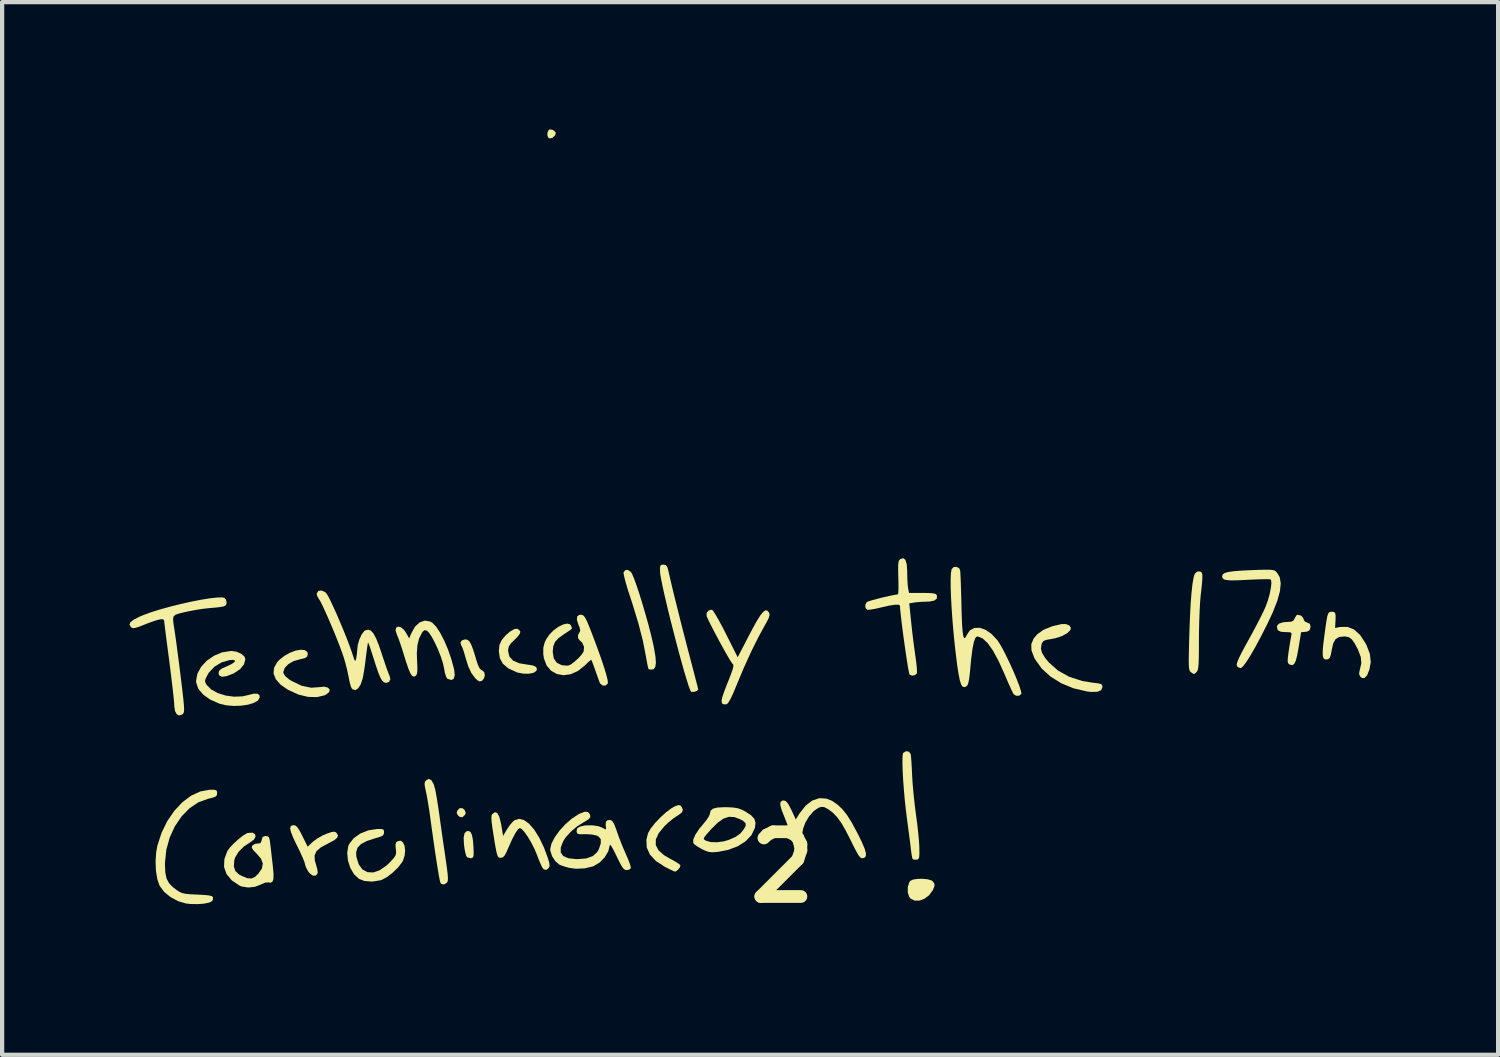
<source format=kicad_pcb>
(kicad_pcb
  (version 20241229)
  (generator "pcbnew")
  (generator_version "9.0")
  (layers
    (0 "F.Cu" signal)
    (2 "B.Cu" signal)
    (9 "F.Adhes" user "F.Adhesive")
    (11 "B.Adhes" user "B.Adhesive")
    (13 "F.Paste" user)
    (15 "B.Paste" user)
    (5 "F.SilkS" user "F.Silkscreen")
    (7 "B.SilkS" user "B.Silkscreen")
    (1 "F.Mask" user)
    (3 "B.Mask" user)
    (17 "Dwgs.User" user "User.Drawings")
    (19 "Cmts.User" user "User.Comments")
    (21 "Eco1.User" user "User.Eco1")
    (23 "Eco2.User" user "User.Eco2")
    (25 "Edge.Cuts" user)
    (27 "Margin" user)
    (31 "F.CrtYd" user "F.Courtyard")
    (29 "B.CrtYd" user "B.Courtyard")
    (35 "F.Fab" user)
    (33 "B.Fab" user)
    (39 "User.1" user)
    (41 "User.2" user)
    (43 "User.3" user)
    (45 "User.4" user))
  (footprint "2"
    (layer "F.Cu")
    (at 15.379 17.377)
    (property "Reference" "2" (at 0 0 0) (layer "F.SilkS") (effects (font (size 1.524 1.524) (thickness 0.3))))
    (attr board_only exclude_from_pos_files exclude_from_bom)
    (fp_poly (pts (xy -7.529 -1.387) (xy -7.484 -1.347) (xy -7.458 -1.28) (xy -7.474 -1.238) (xy -7.534 -1.178) (xy -7.599 -1.185) (xy -7.636 -1.214) (xy -7.673 -1.276) (xy -7.656 -1.336) (xy -7.598 -1.394)) (stroke (width 0) (type solid)) (fill yes) (layer "F.SilkS"))
    (fp_poly (pts (xy -5.427 -17.374) (xy -5.379 -17.349) (xy -5.337 -17.3) (xy -5.352 -17.243) (xy -5.354 -17.24) (xy -5.413 -17.182) (xy -5.48 -17.166) (xy -5.514 -17.183) (xy -5.537 -17.242) (xy -5.531 -17.317) (xy -5.5 -17.372) (xy -5.49 -17.377)) (stroke (width 0) (type solid)) (fill yes) (layer "F.SilkS"))
    (fp_poly (pts (xy -7.348 -0.832) (xy -7.312 -0.761) (xy -7.289 -0.635) (xy -7.277 -0.479) (xy -7.272 -0.348) (xy -7.275 -0.27) (xy -7.29 -0.231) (xy -7.319 -0.215) (xy -7.339 -0.212) (xy -7.416 -0.229) (xy -7.446 -0.263) (xy -7.466 -0.329) (xy -7.487 -0.437) (xy -7.501 -0.541) (xy -7.508 -0.7) (xy -7.487 -0.801) (xy -7.436 -0.849) (xy -7.398 -0.855)) (stroke (width 0) (type solid)) (fill yes) (layer "F.SilkS"))
    (fp_poly (pts (xy 3.419 0.284) (xy 3.51 0.31) (xy 3.536 0.327) (xy 3.579 0.383) (xy 3.583 0.441) (xy 3.549 0.527) (xy 3.539 0.546) (xy 3.453 0.663) (xy 3.342 0.744) (xy 3.223 0.787) (xy 3.109 0.785) (xy 3.016 0.735) (xy 2.989 0.702) (xy 2.953 0.597) (xy 2.953 0.471) (xy 2.987 0.357) (xy 3.009 0.324) (xy 3.071 0.292) (xy 3.176 0.275) (xy 3.3 0.272)) (stroke (width 0) (type solid)) (fill yes) (layer "F.SilkS"))
    (fp_poly (pts (xy -7.418 -5.357) (xy -7.374 -5.321) (xy -7.332 -5.249) (xy -7.286 -5.131) (xy -7.232 -4.959) (xy -7.216 -4.901) (xy -7.17 -4.762) (xy -7.129 -4.68) (xy -7.085 -4.642) (xy -7.077 -4.639) (xy -7.024 -4.598) (xy -7.009 -4.526) (xy -7.028 -4.45) (xy -7.075 -4.392) (xy -7.129 -4.376) (xy -7.177 -4.399) (xy -7.237 -4.453) (xy -7.326 -4.574) (xy -7.4 -4.732) (xy -7.465 -4.941) (xy -7.47 -4.958) (xy -7.504 -5.078) (xy -7.538 -5.174) (xy -7.562 -5.221) (xy -7.584 -5.288) (xy -7.55 -5.343) (xy -7.474 -5.367) (xy -7.47 -5.367)) (stroke (width 0) (type solid)) (fill yes) (layer "F.SilkS"))
    (fp_poly (pts (xy -6.178 -5.561) (xy -6.173 -5.55) (xy -6.187 -5.496) (xy -6.253 -5.412) (xy -6.307 -5.36) (xy -6.397 -5.271) (xy -6.444 -5.2) (xy -6.46 -5.126) (xy -6.461 -5.094) (xy -6.432 -4.964) (xy -6.345 -4.867) (xy -6.199 -4.804) (xy -6.02 -4.775) (xy -5.876 -4.753) (xy -5.798 -4.715) (xy -5.782 -4.659) (xy -5.799 -4.623) (xy -5.861 -4.58) (xy -5.968 -4.558) (xy -6.099 -4.559) (xy -6.232 -4.584) (xy -6.264 -4.595) (xy -6.454 -4.683) (xy -6.583 -4.791) (xy -6.656 -4.926) (xy -6.679 -5.095) (xy -6.679 -5.098) (xy -6.665 -5.234) (xy -6.613 -5.35) (xy -6.516 -5.464) (xy -6.422 -5.546) (xy -6.315 -5.611) (xy -6.233 -5.616)) (stroke (width 0) (type solid)) (fill yes) (layer "F.SilkS"))
    (fp_poly (pts (xy -3.57 -6.955) (xy -3.543 -6.914) (xy -3.496 -6.805) (xy -3.437 -6.641) (xy -3.369 -6.438) (xy -3.298 -6.207) (xy -3.226 -5.962) (xy -3.157 -5.716) (xy -3.096 -5.481) (xy -3.047 -5.271) (xy -3.026 -5.171) (xy -2.99 -4.963) (xy -2.98 -4.814) (xy -2.994 -4.717) (xy -3.034 -4.666) (xy -3.065 -4.656) (xy -3.13 -4.659) (xy -3.155 -4.673) (xy -3.168 -4.718) (xy -3.187 -4.812) (xy -3.209 -4.935) (xy -3.213 -4.957) (xy -3.285 -5.328) (xy -3.392 -5.745) (xy -3.535 -6.213) (xy -3.588 -6.374) (xy -3.646 -6.554) (xy -3.693 -6.714) (xy -3.726 -6.841) (xy -3.741 -6.924) (xy -3.741 -6.947) (xy -3.699 -7) (xy -3.635 -7.001)) (stroke (width 0) (type solid)) (fill yes) (layer "F.SilkS"))
    (fp_poly (pts (xy -8.267 -2.049) (xy -8.214 -1.955) (xy -8.18 -1.842) (xy -8.16 -1.74) (xy -8.134 -1.588) (xy -8.106 -1.406) (xy -8.077 -1.212) (xy -8.071 -1.162) (xy -8.038 -0.927) (xy -8 -0.659) (xy -7.961 -0.393) (xy -7.93 -0.178) (xy -7.901 0.025) (xy -7.884 0.17) (xy -7.878 0.268) (xy -7.884 0.329) (xy -7.898 0.36) (xy -7.965 0.405) (xy -8.029 0.397) (xy -8.053 0.372) (xy -8.067 0.324) (xy -8.088 0.217) (xy -8.115 0.059) (xy -8.147 -0.141) (xy -8.183 -0.375) (xy -8.22 -0.635) (xy -8.259 -0.911) (xy -8.291 -1.145) (xy -8.317 -1.332) (xy -8.347 -1.518) (xy -8.376 -1.681) (xy -8.395 -1.775) (xy -8.421 -1.897) (xy -8.429 -1.971) (xy -8.418 -2.016) (xy -8.393 -2.048) (xy -8.328 -2.081)) (stroke (width 0) (type solid)) (fill yes) (layer "F.SilkS"))
    (fp_poly (pts (xy -11.25 -5.114) (xy -11.191 -5.072) (xy -11.179 -5.024) (xy -11.194 -4.963) (xy -11.248 -4.925) (xy -11.356 -4.9) (xy -11.36 -4.899) (xy -11.511 -4.856) (xy -11.636 -4.785) (xy -11.722 -4.696) (xy -11.755 -4.599) (xy -11.754 -4.575) (xy -11.714 -4.502) (xy -11.611 -4.419) (xy -11.56 -4.387) (xy -11.324 -4.275) (xy -11.1 -4.228) (xy -10.909 -4.242) (xy -10.788 -4.253) (xy -10.704 -4.23) (xy -10.664 -4.185) (xy -10.675 -4.128) (xy -10.744 -4.069) (xy -10.785 -4.049) (xy -10.962 -4.007) (xy -11.169 -4.012) (xy -11.385 -4.063) (xy -11.418 -4.075) (xy -11.648 -4.181) (xy -11.82 -4.3) (xy -11.933 -4.428) (xy -11.986 -4.562) (xy -11.974 -4.698) (xy -11.898 -4.833) (xy -11.854 -4.88) (xy -11.732 -4.978) (xy -11.599 -5.052) (xy -11.466 -5.102) (xy -11.346 -5.123)) (stroke (width 0) (type solid)) (fill yes) (layer "F.SilkS"))
    (fp_poly (pts (xy -2.407 -1.457) (xy -2.374 -1.421) (xy -2.344 -1.354) (xy -2.366 -1.293) (xy -2.447 -1.229) (xy -2.489 -1.204) (xy -2.581 -1.14) (xy -2.692 -1.048) (xy -2.778 -0.966) (xy -2.913 -0.803) (xy -2.981 -0.656) (xy -2.983 -0.521) (xy -2.917 -0.397) (xy -2.784 -0.281) (xy -2.652 -0.204) (xy -2.538 -0.142) (xy -2.45 -0.087) (xy -2.405 -0.05) (xy -2.402 -0.045) (xy -2.415 0.004) (xy -2.461 0.062) (xy -2.514 0.1) (xy -2.529 0.103) (xy -2.572 0.088) (xy -2.657 0.048) (xy -2.766 -0.008) (xy -2.773 -0.012) (xy -2.98 -0.147) (xy -3.121 -0.299) (xy -3.196 -0.466) (xy -3.204 -0.649) (xy -3.165 -0.801) (xy -3.105 -0.908) (xy -3.004 -1.036) (xy -2.878 -1.169) (xy -2.743 -1.292) (xy -2.616 -1.388) (xy -2.532 -1.435) (xy -2.453 -1.463)) (stroke (width 0) (type solid)) (fill yes) (layer "F.SilkS"))
    (fp_poly (pts (xy 9.857 -6.958) (xy 9.879 -6.937) (xy 9.891 -6.892) (xy 9.892 -6.814) (xy 9.884 -6.694) (xy 9.866 -6.521) (xy 9.852 -6.4) (xy 9.839 -6.251) (xy 9.828 -6.053) (xy 9.819 -5.822) (xy 9.813 -5.578) (xy 9.811 -5.351) (xy 9.811 -5.109) (xy 9.808 -4.927) (xy 9.803 -4.795) (xy 9.795 -4.704) (xy 9.783 -4.646) (xy 9.766 -4.611) (xy 9.758 -4.6) (xy 9.712 -4.557) (xy 9.679 -4.555) (xy 9.625 -4.592) (xy 9.624 -4.593) (xy 9.604 -4.611) (xy 9.59 -4.638) (xy 9.579 -4.683) (xy 9.573 -4.753) (xy 9.571 -4.858) (xy 9.573 -5.005) (xy 9.577 -5.205) (xy 9.584 -5.463) (xy 9.598 -5.853) (xy 9.615 -6.188) (xy 9.636 -6.465) (xy 9.66 -6.681) (xy 9.688 -6.834) (xy 9.715 -6.916) (xy 9.775 -6.964) (xy 9.822 -6.967)) (stroke (width 0) (type solid)) (fill yes) (layer "F.SilkS"))
    (fp_poly (pts (xy -2.745 -7.117) (xy -2.711 -7.072) (xy -2.688 -6.991) (xy -2.651 -6.828) (xy -2.6 -6.61) (xy -2.537 -6.351) (xy -2.465 -6.063) (xy -2.389 -5.757) (xy -2.309 -5.446) (xy -2.23 -5.142) (xy -2.188 -4.982) (xy -2.13 -4.762) (xy -2.079 -4.565) (xy -2.036 -4.4) (xy -2.004 -4.276) (xy -1.986 -4.204) (xy -1.983 -4.188) (xy -2.011 -4.155) (xy -2.074 -4.132) (xy -2.136 -4.129) (xy -2.151 -4.135) (xy -2.174 -4.177) (xy -2.211 -4.276) (xy -2.258 -4.426) (xy -2.315 -4.616) (xy -2.377 -4.838) (xy -2.445 -5.085) (xy -2.514 -5.347) (xy -2.583 -5.615) (xy -2.651 -5.882) (xy -2.713 -6.138) (xy -2.769 -6.376) (xy -2.816 -6.586) (xy -2.852 -6.761) (xy -2.875 -6.89) (xy -2.882 -6.955) (xy -2.883 -7.057) (xy -2.872 -7.108) (xy -2.84 -7.126) (xy -2.803 -7.128)) (stroke (width 0) (type solid)) (fill yes) (layer "F.SilkS"))
    (fp_poly (pts (xy 6.756 -5.696) (xy 6.795 -5.643) (xy 6.783 -5.585) (xy 6.708 -5.512) (xy 6.584 -5.445) (xy 6.432 -5.394) (xy 6.316 -5.372) (xy 6.207 -5.354) (xy 6.146 -5.326) (xy 6.113 -5.278) (xy 6.107 -5.261) (xy 6.089 -5.156) (xy 6.115 -5.05) (xy 6.189 -4.929) (xy 6.278 -4.822) (xy 6.494 -4.631) (xy 6.758 -4.485) (xy 7.062 -4.387) (xy 7.308 -4.347) (xy 7.43 -4.333) (xy 7.499 -4.317) (xy 7.53 -4.292) (xy 7.538 -4.251) (xy 7.538 -4.24) (xy 7.508 -4.17) (xy 7.419 -4.133) (xy 7.271 -4.129) (xy 7.171 -4.141) (xy 6.858 -4.214) (xy 6.57 -4.332) (xy 6.316 -4.49) (xy 6.107 -4.681) (xy 5.951 -4.899) (xy 5.929 -4.941) (xy 5.866 -5.11) (xy 5.862 -5.254) (xy 5.917 -5.385) (xy 6.001 -5.486) (xy 6.149 -5.592) (xy 6.357 -5.676) (xy 6.575 -5.727) (xy 6.678 -5.728)) (stroke (width 0) (type solid)) (fill yes) (layer "F.SilkS"))
    (fp_poly (pts (xy 2.979 -2.722) (xy 3.021 -2.664) (xy 3.023 -2.658) (xy 3.03 -2.595) (xy 3.039 -2.48) (xy 3.048 -2.329) (xy 3.056 -2.158) (xy 3.056 -2.154) (xy 3.069 -1.949) (xy 3.091 -1.707) (xy 3.118 -1.458) (xy 3.147 -1.232) (xy 3.147 -1.231) (xy 3.175 -1.026) (xy 3.198 -0.818) (xy 3.216 -0.629) (xy 3.225 -0.481) (xy 3.225 -0.462) (xy 3.227 -0.325) (xy 3.222 -0.243) (xy 3.207 -0.2) (xy 3.18 -0.182) (xy 3.157 -0.178) (xy 3.091 -0.18) (xy 3.066 -0.195) (xy 3.054 -0.241) (xy 3.038 -0.334) (xy 3.026 -0.427) (xy 3.013 -0.538) (xy 2.993 -0.697) (xy 2.968 -0.885) (xy 2.942 -1.082) (xy 2.936 -1.128) (xy 2.906 -1.365) (xy 2.88 -1.61) (xy 2.859 -1.853) (xy 2.842 -2.084) (xy 2.832 -2.292) (xy 2.827 -2.467) (xy 2.829 -2.599) (xy 2.838 -2.677) (xy 2.845 -2.692) (xy 2.911 -2.733)) (stroke (width 0) (type solid)) (fill yes) (layer "F.SilkS"))
    (fp_poly (pts (xy -11.462 -0.978) (xy -11.415 -0.929) (xy -11.357 -0.835) (xy -11.308 -0.738) (xy -11.182 -0.484) (xy -11.061 -0.599) (xy -10.958 -0.676) (xy -10.826 -0.751) (xy -10.746 -0.785) (xy -10.635 -0.824) (xy -10.568 -0.838) (xy -10.526 -0.827) (xy -10.502 -0.808) (xy -10.468 -0.752) (xy -10.485 -0.697) (xy -10.557 -0.636) (xy -10.691 -0.565) (xy -10.712 -0.554) (xy -10.875 -0.466) (xy -10.976 -0.376) (xy -11.02 -0.275) (xy -11.013 -0.153) (xy -10.988 -0.07) (xy -10.958 0.036) (xy -10.946 0.121) (xy -10.95 0.15) (xy -10.996 0.2) (xy -11.063 0.196) (xy -11.136 0.142) (xy -11.176 0.09) (xy -11.222 0.001) (xy -11.246 -0.071) (xy -11.247 -0.082) (xy -11.262 -0.133) (xy -11.302 -0.231) (xy -11.361 -0.361) (xy -11.434 -0.51) (xy -11.435 -0.512) (xy -11.523 -0.695) (xy -11.576 -0.828) (xy -11.595 -0.917) (xy -11.581 -0.968) (xy -11.535 -0.99) (xy -11.507 -0.991)) (stroke (width 0) (type solid)) (fill yes) (layer "F.SilkS"))
    (fp_poly (pts (xy 12.219 -5.926) (xy 12.268 -5.871) (xy 12.273 -5.846) (xy 12.304 -5.789) (xy 12.36 -5.763) (xy 12.424 -5.733) (xy 12.439 -5.672) (xy 12.437 -5.648) (xy 12.416 -5.579) (xy 12.358 -5.55) (xy 12.322 -5.545) (xy 12.217 -5.535) (xy 12.162 -5.193) (xy 12.127 -4.999) (xy 12.093 -4.866) (xy 12.055 -4.788) (xy 12.01 -4.759) (xy 11.954 -4.772) (xy 11.933 -4.784) (xy 11.91 -4.809) (xy 11.901 -4.855) (xy 11.905 -4.936) (xy 11.922 -5.067) (xy 11.927 -5.1) (xy 11.949 -5.241) (xy 11.97 -5.365) (xy 11.985 -5.448) (xy 11.988 -5.461) (xy 11.993 -5.508) (xy 11.969 -5.531) (xy 11.899 -5.538) (xy 11.85 -5.538) (xy 11.742 -5.546) (xy 11.68 -5.575) (xy 11.659 -5.604) (xy 11.647 -5.68) (xy 11.694 -5.737) (xy 11.795 -5.771) (xy 11.883 -5.777) (xy 11.982 -5.783) (xy 12.035 -5.807) (xy 12.066 -5.86) (xy 12.068 -5.863) (xy 12.102 -5.926) (xy 12.132 -5.948)) (stroke (width 0) (type solid)) (fill yes) (layer "F.SilkS"))
    (fp_poly (pts (xy -9.401 -0.888) (xy -9.385 -0.854) (xy -9.384 -0.821) (xy -9.392 -0.772) (xy -9.425 -0.738) (xy -9.499 -0.708) (xy -9.589 -0.683) (xy -9.789 -0.618) (xy -9.927 -0.545) (xy -10.009 -0.458) (xy -10.041 -0.35) (xy -10.035 -0.246) (xy -9.981 -0.069) (xy -9.892 0.052) (xy -9.775 0.116) (xy -9.637 0.123) (xy -9.484 0.07) (xy -9.321 -0.043) (xy -9.252 -0.11) (xy -9.164 -0.203) (xy -9.117 -0.269) (xy -9.099 -0.327) (xy -9.102 -0.399) (xy -9.106 -0.431) (xy -9.114 -0.529) (xy -9.099 -0.584) (xy -9.061 -0.614) (xy -8.99 -0.625) (xy -8.935 -0.583) (xy -8.9 -0.501) (xy -8.886 -0.393) (xy -8.898 -0.273) (xy -8.937 -0.156) (xy -8.959 -0.116) (xy -9.052 0.004) (xy -9.175 0.124) (xy -9.308 0.227) (xy -9.431 0.295) (xy -9.465 0.307) (xy -9.666 0.339) (xy -9.848 0.323) (xy -9.976 0.273) (xy -10.089 0.167) (xy -10.177 0.017) (xy -10.233 -0.157) (xy -10.251 -0.335) (xy -10.226 -0.496) (xy -10.204 -0.547) (xy -10.098 -0.683) (xy -9.942 -0.794) (xy -9.753 -0.869) (xy -9.55 -0.9) (xy -9.45 -0.901)) (stroke (width 0) (type solid)) (fill yes) (layer "F.SilkS"))
    (fp_poly (pts (xy -6.717 -1.278) (xy -6.669 -1.191) (xy -6.63 -1.036) (xy -6.621 -0.99) (xy -6.579 -0.737) (xy -6.487 -0.894) (xy -6.417 -0.996) (xy -6.342 -1.08) (xy -6.309 -1.107) (xy -6.202 -1.14) (xy -6.086 -1.111) (xy -5.966 -1.024) (xy -5.844 -0.883) (xy -5.726 -0.693) (xy -5.614 -0.459) (xy -5.523 -0.212) (xy -5.49 -0.099) (xy -5.484 -0.028) (xy -5.504 0.017) (xy -5.505 0.018) (xy -5.557 0.063) (xy -5.61 0.053) (xy -5.63 0.042) (xy -5.659 -0.000305) (xy -5.702 -0.091) (xy -5.753 -0.215) (xy -5.779 -0.285) (xy -5.84 -0.431) (xy -5.915 -0.579) (xy -5.996 -0.715) (xy -6.074 -0.827) (xy -6.141 -0.9) (xy -6.184 -0.923) (xy -6.23 -0.891) (xy -6.292 -0.799) (xy -6.368 -0.653) (xy -6.446 -0.479) (xy -6.503 -0.349) (xy -6.547 -0.271) (xy -6.587 -0.233) (xy -6.632 -0.222) (xy -6.636 -0.222) (xy -6.668 -0.225) (xy -6.693 -0.241) (xy -6.714 -0.28) (xy -6.734 -0.353) (xy -6.757 -0.469) (xy -6.786 -0.639) (xy -6.797 -0.711) (xy -6.829 -0.913) (xy -6.848 -1.059) (xy -6.855 -1.157) (xy -6.85 -1.218) (xy -6.836 -1.249) (xy -6.772 -1.297)) (stroke (width 0) (type solid)) (fill yes) (layer "F.SilkS"))
    (fp_poly (pts (xy 12.993 -6.012) (xy 13.02 -5.987) (xy 13.03 -5.927) (xy 13.028 -5.818) (xy 13.026 -5.784) (xy 13.018 -5.636) (xy 13.139 -5.659) (xy 13.31 -5.661) (xy 13.465 -5.599) (xy 13.606 -5.472) (xy 13.733 -5.279) (xy 13.757 -5.234) (xy 13.837 -5.026) (xy 13.858 -4.833) (xy 13.828 -4.66) (xy 13.775 -4.526) (xy 13.716 -4.458) (xy 13.653 -4.456) (xy 13.607 -4.495) (xy 13.582 -4.553) (xy 13.597 -4.637) (xy 13.602 -4.654) (xy 13.636 -4.805) (xy 13.623 -4.952) (xy 13.561 -5.117) (xy 13.551 -5.138) (xy 13.475 -5.279) (xy 13.411 -5.368) (xy 13.346 -5.416) (xy 13.27 -5.434) (xy 13.231 -5.436) (xy 13.111 -5.422) (xy 13.029 -5.372) (xy 12.975 -5.277) (xy 12.94 -5.125) (xy 12.94 -5.122) (xy 12.917 -5.002) (xy 12.893 -4.934) (xy 12.86 -4.903) (xy 12.828 -4.895) (xy 12.778 -4.896) (xy 12.745 -4.922) (xy 12.728 -4.982) (xy 12.726 -5.083) (xy 12.738 -5.235) (xy 12.764 -5.446) (xy 12.765 -5.45) (xy 12.793 -5.658) (xy 12.815 -5.807) (xy 12.834 -5.908) (xy 12.853 -5.97) (xy 12.875 -6.002) (xy 12.902 -6.015) (xy 12.939 -6.017) (xy 12.942 -6.017)) (stroke (width 0) (type solid)) (fill yes) (layer "F.SilkS"))
    (fp_poly (pts (xy -13.386 -1.825) (xy -13.335 -1.813) (xy -13.317 -1.78) (xy -13.315 -1.744) (xy -13.322 -1.695) (xy -13.353 -1.663) (xy -13.424 -1.637) (xy -13.522 -1.614) (xy -13.753 -1.531) (xy -13.965 -1.389) (xy -14.152 -1.197) (xy -14.31 -0.965) (xy -14.431 -0.701) (xy -14.511 -0.413) (xy -14.543 -0.11) (xy -14.544 -0.068) (xy -14.535 0.122) (xy -14.507 0.263) (xy -14.45 0.373) (xy -14.356 0.47) (xy -14.279 0.529) (xy -14.209 0.576) (xy -14.143 0.607) (xy -14.064 0.625) (xy -13.954 0.636) (xy -13.793 0.644) (xy -13.783 0.644) (xy -13.613 0.653) (xy -13.501 0.665) (xy -13.437 0.683) (xy -13.411 0.707) (xy -13.416 0.77) (xy -13.439 0.802) (xy -13.509 0.835) (xy -13.628 0.858) (xy -13.776 0.869) (xy -13.934 0.866) (xy -14.044 0.855) (xy -14.23 0.801) (xy -14.41 0.705) (xy -14.563 0.58) (xy -14.668 0.439) (xy -14.67 0.437) (xy -14.724 0.281) (xy -14.756 0.083) (xy -14.765 -0.137) (xy -14.75 -0.357) (xy -14.721 -0.513) (xy -14.623 -0.813) (xy -14.488 -1.088) (xy -14.323 -1.329) (xy -14.134 -1.531) (xy -13.928 -1.685) (xy -13.712 -1.785) (xy -13.492 -1.825) (xy -13.489 -1.825)) (stroke (width 0) (type solid)) (fill yes) (layer "F.SilkS"))
    (fp_poly (pts (xy -8.303 -5.79) (xy -8.247 -5.759) (xy -8.158 -5.669) (xy -8.063 -5.525) (xy -7.966 -5.339) (xy -7.875 -5.125) (xy -7.796 -4.895) (xy -7.733 -4.662) (xy -7.731 -4.65) (xy -7.718 -4.521) (xy -7.742 -4.439) (xy -7.8 -4.409) (xy -7.886 -4.437) (xy -7.894 -4.441) (xy -7.923 -4.49) (xy -7.952 -4.586) (xy -7.97 -4.689) (xy -7.998 -4.813) (xy -8.047 -4.964) (xy -8.111 -5.126) (xy -8.183 -5.283) (xy -8.256 -5.421) (xy -8.323 -5.522) (xy -8.373 -5.571) (xy -8.43 -5.584) (xy -8.477 -5.543) (xy -8.486 -5.529) (xy -8.557 -5.39) (xy -8.597 -5.23) (xy -8.611 -5.032) (xy -8.605 -4.867) (xy -8.598 -4.709) (xy -8.6 -4.606) (xy -8.612 -4.544) (xy -8.636 -4.509) (xy -8.636 -4.509) (xy -8.679 -4.488) (xy -8.719 -4.505) (xy -8.761 -4.564) (xy -8.808 -4.674) (xy -8.865 -4.84) (xy -8.905 -4.97) (xy -8.957 -5.136) (xy -9.007 -5.287) (xy -9.049 -5.404) (xy -9.078 -5.472) (xy -9.112 -5.575) (xy -9.099 -5.641) (xy -9.053 -5.668) (xy -8.987 -5.653) (xy -8.913 -5.591) (xy -8.866 -5.524) (xy -8.791 -5.39) (xy -8.739 -5.515) (xy -8.652 -5.668) (xy -8.544 -5.767) (xy -8.425 -5.809)) (stroke (width 0) (type solid)) (fill yes) (layer "F.SilkS"))
    (fp_poly (pts (xy -1.655 -6.062) (xy -1.623 -6.026) (xy -1.568 -5.939) (xy -1.495 -5.811) (xy -1.409 -5.652) (xy -1.328 -5.493) (xy -1.053 -4.945) (xy -0.825 -5.387) (xy -0.699 -5.627) (xy -0.597 -5.81) (xy -0.515 -5.938) (xy -0.45 -6.017) (xy -0.398 -6.051) (xy -0.355 -6.045) (xy -0.318 -6.001) (xy -0.311 -5.989) (xy -0.302 -5.942) (xy -0.322 -5.871) (xy -0.376 -5.764) (xy -0.418 -5.69) (xy -0.568 -5.415) (xy -0.731 -5.087) (xy -0.899 -4.719) (xy -1.066 -4.323) (xy -1.072 -4.307) (xy -1.154 -4.111) (xy -1.218 -3.972) (xy -1.268 -3.885) (xy -1.307 -3.843) (xy -1.323 -3.836) (xy -1.389 -3.839) (xy -1.412 -3.85) (xy -1.43 -3.883) (xy -1.431 -3.935) (xy -1.413 -4.016) (xy -1.372 -4.136) (xy -1.307 -4.306) (xy -1.279 -4.375) (xy -1.214 -4.541) (xy -1.173 -4.656) (xy -1.155 -4.729) (xy -1.156 -4.771) (xy -1.174 -4.792) (xy -1.174 -4.792) (xy -1.202 -4.828) (xy -1.255 -4.913) (xy -1.326 -5.036) (xy -1.409 -5.184) (xy -1.497 -5.345) (xy -1.584 -5.509) (xy -1.664 -5.662) (xy -1.73 -5.793) (xy -1.775 -5.891) (xy -1.787 -5.922) (xy -1.784 -5.991) (xy -1.738 -6.047) (xy -1.673 -6.066)) (stroke (width 0) (type solid)) (fill yes) (layer "F.SilkS"))
    (fp_poly (pts (xy 11.486 -7.007) (xy 11.553 -7) (xy 11.596 -6.986) (xy 11.626 -6.964) (xy 11.648 -6.942) (xy 11.714 -6.832) (xy 11.738 -6.686) (xy 11.719 -6.501) (xy 11.657 -6.275) (xy 11.55 -6.003) (xy 11.42 -5.726) (xy 11.277 -5.444) (xy 11.146 -5.199) (xy 11.03 -4.997) (xy 10.932 -4.842) (xy 10.855 -4.738) (xy 10.802 -4.692) (xy 10.796 -4.69) (xy 10.735 -4.708) (xy 10.706 -4.741) (xy 10.7 -4.776) (xy 10.715 -4.835) (xy 10.752 -4.924) (xy 10.815 -5.051) (xy 10.908 -5.225) (xy 10.977 -5.35) (xy 11.084 -5.545) (xy 11.187 -5.74) (xy 11.278 -5.918) (xy 11.348 -6.063) (xy 11.383 -6.141) (xy 11.436 -6.287) (xy 11.478 -6.438) (xy 11.506 -6.578) (xy 11.518 -6.692) (xy 11.509 -6.764) (xy 11.498 -6.779) (xy 11.454 -6.784) (xy 11.355 -6.784) (xy 11.214 -6.781) (xy 11.042 -6.774) (xy 10.955 -6.77) (xy 10.738 -6.759) (xy 10.579 -6.756) (xy 10.471 -6.763) (xy 10.404 -6.779) (xy 10.369 -6.808) (xy 10.358 -6.849) (xy 10.358 -6.857) (xy 10.372 -6.898) (xy 10.417 -6.93) (xy 10.503 -6.954) (xy 10.635 -6.973) (xy 10.821 -6.987) (xy 11.035 -6.997) (xy 11.239 -7.005) (xy 11.386 -7.008)) (stroke (width 0) (type solid)) (fill yes) (layer "F.SilkS"))
    (fp_poly (pts (xy -1.319 -1.414) (xy -1.164 -1.407) (xy -1.052 -1.39) (xy -0.957 -1.356) (xy -0.879 -1.316) (xy -0.74 -1.226) (xy -0.661 -1.141) (xy -0.633 -1.046) (xy -0.648 -0.93) (xy -0.649 -0.924) (xy -0.728 -0.758) (xy -0.865 -0.613) (xy -1.051 -0.494) (xy -1.278 -0.408) (xy -1.521 -0.361) (xy -1.649 -0.352) (xy -1.744 -0.363) (xy -1.842 -0.4) (xy -1.904 -0.431) (xy -2.004 -0.489) (xy -2.076 -0.542) (xy -2.1 -0.571) (xy -2.099 -0.654) (xy -2.093 -0.668) (xy -1.852 -0.668) (xy -1.834 -0.644) (xy -1.804 -0.626) (xy -1.69 -0.593) (xy -1.54 -0.588) (xy -1.375 -0.611) (xy -1.264 -0.644) (xy -1.104 -0.714) (xy -0.991 -0.795) (xy -0.913 -0.888) (xy -0.865 -0.975) (xy -0.869 -1.039) (xy -0.931 -1.095) (xy -0.99 -1.127) (xy -1.13 -1.181) (xy -1.258 -1.188) (xy -1.386 -1.146) (xy -1.523 -1.05) (xy -1.678 -0.897) (xy -1.709 -0.862) (xy -1.795 -0.764) (xy -1.841 -0.704) (xy -1.852 -0.668) (xy -2.093 -0.668) (xy -2.049 -0.769) (xy -1.957 -0.907) (xy -1.868 -1.014) (xy -1.788 -1.112) (xy -1.731 -1.2) (xy -1.709 -1.257) (xy -1.692 -1.331) (xy -1.636 -1.379) (xy -1.532 -1.406) (xy -1.371 -1.414)) (stroke (width 0) (type solid)) (fill yes) (layer "F.SilkS"))
    (fp_poly (pts (xy -12.854 -5.075) (xy -12.747 -5.028) (xy -12.672 -4.963) (xy -12.649 -4.901) (xy -12.681 -4.78) (xy -12.773 -4.666) (xy -12.916 -4.571) (xy -12.942 -4.558) (xy -13.098 -4.499) (xy -13.207 -4.487) (xy -13.268 -4.521) (xy -13.281 -4.575) (xy -13.268 -4.626) (xy -13.221 -4.67) (xy -13.124 -4.717) (xy -13.096 -4.728) (xy -12.975 -4.785) (xy -12.906 -4.833) (xy -12.892 -4.868) (xy -12.936 -4.884) (xy -13.02 -4.88) (xy -13.213 -4.824) (xy -13.383 -4.72) (xy -13.513 -4.578) (xy -13.538 -4.535) (xy -13.585 -4.443) (xy -13.6 -4.385) (xy -13.586 -4.337) (xy -13.558 -4.291) (xy -13.453 -4.186) (xy -13.299 -4.102) (xy -13.113 -4.044) (xy -12.914 -4.017) (xy -12.718 -4.025) (xy -12.601 -4.052) (xy -12.453 -4.088) (xy -12.359 -4.086) (xy -12.315 -4.046) (xy -12.313 -3.992) (xy -12.355 -3.925) (xy -12.451 -3.87) (xy -12.587 -3.829) (xy -12.749 -3.805) (xy -12.923 -3.799) (xy -13.097 -3.814) (xy -13.255 -3.851) (xy -13.264 -3.854) (xy -13.48 -3.95) (xy -13.646 -4.069) (xy -13.758 -4.204) (xy -13.808 -4.35) (xy -13.811 -4.391) (xy -13.779 -4.561) (xy -13.69 -4.723) (xy -13.555 -4.867) (xy -13.386 -4.983) (xy -13.195 -5.062) (xy -12.992 -5.093) (xy -12.974 -5.094)) (stroke (width 0) (type solid)) (fill yes) (layer "F.SilkS"))
    (fp_poly (pts (xy -12.424 -0.782) (xy -12.409 -0.723) (xy -12.447 -0.652) (xy -12.538 -0.585) (xy -12.688 -0.485) (xy -12.811 -0.361) (xy -12.89 -0.23) (xy -12.911 -0.161) (xy -12.92 -0.014) (xy -12.885 0.09) (xy -12.801 0.169) (xy -12.741 0.202) (xy -12.607 0.257) (xy -12.507 0.266) (xy -12.423 0.228) (xy -12.345 0.153) (xy -12.259 0.028) (xy -12.238 -0.086) (xy -12.281 -0.201) (xy -12.381 -0.317) (xy -12.462 -0.4) (xy -12.497 -0.456) (xy -12.493 -0.499) (xy -12.487 -0.508) (xy -12.427 -0.549) (xy -12.364 -0.558) (xy -12.297 -0.566) (xy -12.27 -0.618) (xy -12.266 -0.643) (xy -12.244 -0.713) (xy -12.186 -0.735) (xy -12.17 -0.735) (xy -12.122 -0.729) (xy -12.093 -0.702) (xy -12.075 -0.636) (xy -12.061 -0.53) (xy -12.045 -0.396) (xy -12.026 -0.226) (xy -12.006 -0.054) (xy -12.002 -0.02) (xy -11.986 0.158) (xy -11.989 0.278) (xy -12.013 0.344) (xy -12.06 0.366) (xy -12.107 0.357) (xy -12.18 0.361) (xy -12.274 0.401) (xy -12.286 0.408) (xy -12.423 0.461) (xy -12.582 0.478) (xy -12.732 0.455) (xy -12.785 0.434) (xy -12.971 0.308) (xy -13.094 0.16) (xy -13.152 -0.007) (xy -13.144 -0.19) (xy -13.075 -0.379) (xy -13.017 -0.46) (xy -12.925 -0.558) (xy -12.816 -0.657) (xy -12.709 -0.742) (xy -12.62 -0.797) (xy -12.593 -0.807) (xy -12.486 -0.815)) (stroke (width 0) (type solid)) (fill yes) (layer "F.SilkS"))
    (fp_poly (pts (xy 1.038 -1.617) (xy 1.172 -1.562) (xy 1.298 -1.475) (xy 1.412 -1.368) (xy 1.522 -1.229) (xy 1.636 -1.048) (xy 1.762 -0.813) (xy 1.774 -0.791) (xy 1.873 -0.589) (xy 1.937 -0.437) (xy 1.967 -0.33) (xy 1.965 -0.261) (xy 1.931 -0.223) (xy 1.892 -0.212) (xy 1.859 -0.215) (xy 1.824 -0.241) (xy 1.782 -0.299) (xy 1.727 -0.397) (xy 1.652 -0.545) (xy 1.612 -0.628) (xy 1.492 -0.863) (xy 1.387 -1.044) (xy 1.288 -1.181) (xy 1.188 -1.285) (xy 1.081 -1.365) (xy 1.073 -1.37) (xy 0.988 -1.415) (xy 0.923 -1.423) (xy 0.853 -1.401) (xy 0.738 -1.324) (xy 0.629 -1.199) (xy 0.539 -1.047) (xy 0.49 -0.913) (xy 0.467 -0.8) (xy 0.465 -0.702) (xy 0.486 -0.585) (xy 0.498 -0.537) (xy 0.529 -0.394) (xy 0.532 -0.303) (xy 0.503 -0.255) (xy 0.44 -0.239) (xy 0.431 -0.239) (xy 0.39 -0.244) (xy 0.357 -0.264) (xy 0.329 -0.311) (xy 0.299 -0.396) (xy 0.262 -0.527) (xy 0.225 -0.678) (xy 0.185 -0.814) (xy 0.127 -0.98) (xy 0.062 -1.146) (xy 0.048 -1.181) (xy -0.018 -1.348) (xy -0.049 -1.463) (xy -0.046 -1.533) (xy -0.007 -1.567) (xy 0.035 -1.573) (xy 0.082 -1.556) (xy 0.132 -1.499) (xy 0.191 -1.391) (xy 0.211 -1.349) (xy 0.315 -1.126) (xy 0.41 -1.277) (xy 0.551 -1.455) (xy 0.706 -1.572) (xy 0.87 -1.627)) (stroke (width 0) (type solid)) (fill yes) (layer "F.SilkS"))
    (fp_poly (pts (xy -13.145 -6.346) (xy -13.105 -6.301) (xy -13.093 -6.241) (xy -13.097 -6.196) (xy -13.118 -6.165) (xy -13.165 -6.143) (xy -13.251 -6.127) (xy -13.387 -6.113) (xy -13.503 -6.103) (xy -13.665 -6.085) (xy -13.854 -6.054) (xy -14.035 -6.018) (xy -14.059 -6.013) (xy -14.205 -5.978) (xy -14.296 -5.947) (xy -14.342 -5.904) (xy -14.353 -5.835) (xy -14.34 -5.723) (xy -14.325 -5.626) (xy -14.304 -5.485) (xy -14.277 -5.296) (xy -14.248 -5.073) (xy -14.216 -4.831) (xy -14.185 -4.586) (xy -14.156 -4.351) (xy -14.131 -4.142) (xy -14.112 -3.974) (xy -14.102 -3.874) (xy -14.093 -3.744) (xy -14.095 -3.666) (xy -14.11 -3.622) (xy -14.142 -3.595) (xy -14.149 -3.592) (xy -14.217 -3.575) (xy -14.27 -3.609) (xy -14.308 -3.684) (xy -14.324 -3.797) (xy -14.324 -3.808) (xy -14.328 -3.881) (xy -14.341 -4.011) (xy -14.36 -4.187) (xy -14.385 -4.398) (xy -14.414 -4.635) (xy -14.443 -4.864) (xy -14.475 -5.107) (xy -14.504 -5.328) (xy -14.528 -5.518) (xy -14.547 -5.668) (xy -14.559 -5.768) (xy -14.563 -5.81) (xy -14.587 -5.841) (xy -14.659 -5.839) (xy -14.785 -5.805) (xy -14.966 -5.739) (xy -14.998 -5.726) (xy -15.139 -5.67) (xy -15.232 -5.64) (xy -15.29 -5.631) (xy -15.327 -5.641) (xy -15.347 -5.658) (xy -15.379 -5.714) (xy -15.358 -5.771) (xy -15.28 -5.832) (xy -15.141 -5.902) (xy -15.051 -5.94) (xy -14.868 -6.007) (xy -14.653 -6.074) (xy -14.418 -6.139) (xy -14.174 -6.2) (xy -13.932 -6.254) (xy -13.703 -6.299) (xy -13.497 -6.333) (xy -13.326 -6.352) (xy -13.202 -6.356)) (stroke (width 0) (type solid)) (fill yes) (layer "F.SilkS"))
    (fp_poly (pts (xy 2.897 -7.241) (xy 2.928 -7.139) (xy 2.94 -6.973) (xy 2.94 -6.94) (xy 2.943 -6.796) (xy 2.95 -6.665) (xy 2.96 -6.573) (xy 2.961 -6.568) (xy 2.983 -6.461) (xy 3.3 -6.461) (xy 3.454 -6.459) (xy 3.552 -6.452) (xy 3.608 -6.437) (xy 3.635 -6.412) (xy 3.638 -6.405) (xy 3.639 -6.331) (xy 3.579 -6.281) (xy 3.459 -6.257) (xy 3.406 -6.256) (xy 3.275 -6.251) (xy 3.15 -6.241) (xy 3.109 -6.235) (xy 2.988 -6.215) (xy 3.032 -5.783) (xy 3.055 -5.57) (xy 3.083 -5.338) (xy 3.112 -5.118) (xy 3.131 -4.983) (xy 3.152 -4.828) (xy 3.166 -4.696) (xy 3.171 -4.601) (xy 3.167 -4.565) (xy 3.122 -4.524) (xy 3.054 -4.513) (xy 2.998 -4.536) (xy 2.994 -4.542) (xy 2.981 -4.589) (xy 2.961 -4.692) (xy 2.937 -4.839) (xy 2.91 -5.019) (xy 2.881 -5.218) (xy 2.852 -5.426) (xy 2.825 -5.63) (xy 2.802 -5.818) (xy 2.784 -5.979) (xy 2.772 -6.101) (xy 2.769 -6.162) (xy 2.738 -6.184) (xy 2.647 -6.183) (xy 2.502 -6.16) (xy 2.317 -6.117) (xy 2.184 -6.087) (xy 2.074 -6.068) (xy 2.005 -6.063) (xy 1.995 -6.065) (xy 1.956 -6.111) (xy 1.953 -6.182) (xy 1.987 -6.245) (xy 1.991 -6.248) (xy 2.036 -6.266) (xy 2.13 -6.294) (xy 2.255 -6.327) (xy 2.394 -6.362) (xy 2.528 -6.392) (xy 2.641 -6.415) (xy 2.713 -6.427) (xy 2.721 -6.427) (xy 2.729 -6.459) (xy 2.733 -6.546) (xy 2.734 -6.674) (xy 2.73 -6.824) (xy 2.726 -6.999) (xy 2.727 -7.117) (xy 2.735 -7.191) (xy 2.75 -7.234) (xy 2.775 -7.258) (xy 2.846 -7.28)) (stroke (width 0) (type solid)) (fill yes) (layer "F.SilkS"))
    (fp_poly (pts (xy 4.163 -7.042) (xy 4.185 -7) (xy 4.191 -6.943) (xy 4.197 -6.83) (xy 4.203 -6.671) (xy 4.209 -6.478) (xy 4.215 -6.263) (xy 4.216 -6.2) (xy 4.224 -5.918) (xy 4.233 -5.7) (xy 4.246 -5.543) (xy 4.261 -5.444) (xy 4.281 -5.398) (xy 4.305 -5.403) (xy 4.334 -5.453) (xy 4.341 -5.468) (xy 4.416 -5.58) (xy 4.522 -5.636) (xy 4.648 -5.64) (xy 4.786 -5.592) (xy 4.927 -5.494) (xy 5.063 -5.348) (xy 5.075 -5.331) (xy 5.135 -5.237) (xy 5.209 -5.104) (xy 5.289 -4.944) (xy 5.372 -4.769) (xy 5.451 -4.592) (xy 5.522 -4.423) (xy 5.579 -4.276) (xy 5.616 -4.162) (xy 5.629 -4.094) (xy 5.628 -4.084) (xy 5.581 -4.042) (xy 5.51 -4.038) (xy 5.448 -4.073) (xy 5.445 -4.077) (xy 5.421 -4.123) (xy 5.376 -4.219) (xy 5.316 -4.352) (xy 5.249 -4.509) (xy 5.233 -4.547) (xy 5.092 -4.858) (xy 4.959 -5.103) (xy 4.834 -5.28) (xy 4.716 -5.39) (xy 4.604 -5.435) (xy 4.586 -5.436) (xy 4.545 -5.401) (xy 4.508 -5.299) (xy 4.475 -5.13) (xy 4.445 -4.892) (xy 4.432 -4.756) (xy 4.414 -4.562) (xy 4.397 -4.426) (xy 4.379 -4.337) (xy 4.357 -4.285) (xy 4.334 -4.26) (xy 4.284 -4.241) (xy 4.243 -4.255) (xy 4.208 -4.31) (xy 4.177 -4.412) (xy 4.146 -4.567) (xy 4.114 -4.782) (xy 4.105 -4.854) (xy 4.068 -5.16) (xy 4.036 -5.469) (xy 4.009 -5.775) (xy 3.988 -6.067) (xy 3.973 -6.336) (xy 3.964 -6.575) (xy 3.963 -6.774) (xy 3.969 -6.923) (xy 3.984 -7.015) (xy 3.986 -7.022) (xy 4.034 -7.07) (xy 4.103 -7.075)) (stroke (width 0) (type solid)) (fill yes) (layer "F.SilkS"))
    (fp_poly (pts (xy -4.715 -5.943) (xy -4.679 -5.922) (xy -4.644 -5.874) (xy -4.601 -5.79) (xy -4.547 -5.66) (xy -4.486 -5.504) (xy -4.372 -5.2) (xy -4.276 -4.934) (xy -4.2 -4.709) (xy -4.147 -4.531) (xy -4.116 -4.406) (xy -4.11 -4.337) (xy -4.112 -4.332) (xy -4.159 -4.282) (xy -4.227 -4.278) (xy -4.287 -4.32) (xy -4.304 -4.35) (xy -4.33 -4.422) (xy -4.37 -4.532) (xy -4.411 -4.649) (xy -4.452 -4.762) (xy -4.484 -4.847) (xy -4.5 -4.885) (xy -4.501 -4.885) (xy -4.528 -4.87) (xy -4.587 -4.818) (xy -4.644 -4.761) (xy -4.811 -4.626) (xy -4.984 -4.547) (xy -5.154 -4.523) (xy -5.312 -4.551) (xy -5.449 -4.628) (xy -5.554 -4.752) (xy -5.618 -4.92) (xy -5.633 -5.024) (xy -5.632 -5.169) (xy -5.601 -5.29) (xy -5.566 -5.367) (xy -5.49 -5.479) (xy -5.391 -5.579) (xy -5.28 -5.66) (xy -5.17 -5.716) (xy -5.074 -5.739) (xy -5.004 -5.723) (xy -4.978 -5.689) (xy -4.96 -5.635) (xy -4.957 -5.622) (xy -4.983 -5.598) (xy -5.052 -5.549) (xy -5.143 -5.49) (xy -5.276 -5.395) (xy -5.356 -5.306) (xy -5.397 -5.205) (xy -5.41 -5.073) (xy -5.41 -5.071) (xy -5.386 -4.92) (xy -5.312 -4.814) (xy -5.191 -4.757) (xy -5.051 -4.748) (xy -4.986 -4.775) (xy -4.898 -4.84) (xy -4.805 -4.924) (xy -4.726 -5.012) (xy -4.68 -5.086) (xy -4.68 -5.086) (xy -4.673 -5.19) (xy -4.716 -5.29) (xy -4.774 -5.343) (xy -4.815 -5.401) (xy -4.811 -5.479) (xy -4.78 -5.53) (xy -4.761 -5.574) (xy -4.777 -5.647) (xy -4.802 -5.706) (xy -4.841 -5.828) (xy -4.833 -5.91) (xy -4.778 -5.947) (xy -4.757 -5.948)) (stroke (width 0) (type solid)) (fill yes) (layer "F.SilkS"))
    (fp_poly (pts (xy -10.78 -6.486) (xy -10.744 -6.454) (xy -10.706 -6.396) (xy -10.649 -6.286) (xy -10.578 -6.135) (xy -10.497 -5.956) (xy -10.413 -5.76) (xy -10.329 -5.558) (xy -10.251 -5.363) (xy -10.184 -5.186) (xy -10.136 -5.048) (xy -10.097 -4.929) (xy -10.072 -4.869) (xy -10.057 -4.859) (xy -10.045 -4.893) (xy -10.038 -4.924) (xy -10.023 -5.026) (xy -10.016 -5.109) (xy -10.002 -5.235) (xy -9.964 -5.367) (xy -9.911 -5.483) (xy -9.851 -5.562) (xy -9.826 -5.579) (xy -9.757 -5.596) (xy -9.693 -5.573) (xy -9.632 -5.506) (xy -9.569 -5.388) (xy -9.499 -5.214) (xy -9.432 -5.012) (xy -9.376 -4.844) (xy -9.326 -4.696) (xy -9.284 -4.582) (xy -9.257 -4.516) (xy -9.253 -4.508) (xy -9.234 -4.43) (xy -9.265 -4.366) (xy -9.331 -4.342) (xy -9.379 -4.352) (xy -9.423 -4.39) (xy -9.468 -4.463) (xy -9.517 -4.58) (xy -9.575 -4.749) (xy -9.623 -4.9) (xy -9.672 -5.053) (xy -9.713 -5.177) (xy -9.744 -5.261) (xy -9.759 -5.293) (xy -9.76 -5.293) (xy -9.768 -5.257) (xy -9.782 -5.167) (xy -9.799 -5.039) (xy -9.811 -4.94) (xy -9.832 -4.774) (xy -9.855 -4.615) (xy -9.878 -4.488) (xy -9.887 -4.444) (xy -9.934 -4.304) (xy -9.994 -4.212) (xy -10.06 -4.172) (xy -10.124 -4.192) (xy -10.145 -4.213) (xy -10.168 -4.268) (xy -10.195 -4.367) (xy -10.217 -4.478) (xy -10.248 -4.628) (xy -10.292 -4.804) (xy -10.337 -4.957) (xy -10.385 -5.095) (xy -10.449 -5.264) (xy -10.524 -5.453) (xy -10.605 -5.649) (xy -10.687 -5.841) (xy -10.765 -6.016) (xy -10.833 -6.163) (xy -10.887 -6.27) (xy -10.921 -6.323) (xy -10.962 -6.396) (xy -10.968 -6.45) (xy -10.93 -6.507) (xy -10.861 -6.519)) (stroke (width 0) (type solid)) (fill yes) (layer "F.SilkS"))
    (fp_poly (pts (xy -4.578 -1.301) (xy -4.532 -1.243) (xy -4.532 -1.242) (xy -4.524 -1.186) (xy -4.556 -1.137) (xy -4.638 -1.083) (xy -4.677 -1.062) (xy -4.835 -0.963) (xy -4.985 -0.836) (xy -5.106 -0.701) (xy -5.163 -0.613) (xy -5.221 -0.463) (xy -5.221 -0.347) (xy -5.162 -0.264) (xy -5.044 -0.212) (xy -4.865 -0.192) (xy -4.825 -0.191) (xy -4.618 -0.208) (xy -4.464 -0.263) (xy -4.36 -0.359) (xy -4.322 -0.428) (xy -4.277 -0.566) (xy -4.279 -0.662) (xy -4.33 -0.724) (xy -4.386 -0.75) (xy -4.491 -0.771) (xy -4.62 -0.779) (xy -4.668 -0.778) (xy -4.77 -0.776) (xy -4.822 -0.788) (xy -4.844 -0.822) (xy -4.848 -0.846) (xy -4.837 -0.913) (xy -4.77 -0.957) (xy -4.769 -0.957) (xy -4.64 -0.985) (xy -4.487 -0.988) (xy -4.343 -0.969) (xy -4.261 -0.94) (xy -4.192 -0.905) (xy -4.156 -0.889) (xy -4.156 -0.889) (xy -4.155 -0.918) (xy -4.163 -0.987) (xy -4.158 -1.071) (xy -4.123 -1.105) (xy -4.059 -1.116) (xy -4.008 -1.088) (xy -3.961 -1.011) (xy -3.91 -0.879) (xy -3.899 -0.845) (xy -3.845 -0.693) (xy -3.775 -0.514) (xy -3.701 -0.342) (xy -3.687 -0.309) (xy -3.63 -0.178) (xy -3.589 -0.068) (xy -3.57 0.006) (xy -3.57 0.024) (xy -3.614 0.058) (xy -3.669 0.068) (xy -3.71 0.06) (xy -3.749 0.028) (xy -3.793 -0.037) (xy -3.851 -0.148) (xy -3.908 -0.265) (xy -3.976 -0.403) (xy -4.027 -0.494) (xy -4.058 -0.531) (xy -4.066 -0.52) (xy -4.1 -0.377) (xy -4.185 -0.234) (xy -4.306 -0.11) (xy -4.449 -0.025) (xy -4.461 -0.02) (xy -4.654 0.026) (xy -4.864 0.036) (xy -5.01 0.017) (xy -5.126 -0.014) (xy -5.226 -0.049) (xy -5.258 -0.064) (xy -5.351 -0.145) (xy -5.427 -0.264) (xy -5.467 -0.39) (xy -5.47 -0.423) (xy -5.442 -0.551) (xy -5.366 -0.7) (xy -5.253 -0.858) (xy -5.113 -1.011) (xy -4.958 -1.146) (xy -4.798 -1.251) (xy -4.774 -1.263) (xy -4.656 -1.307)) (stroke (width 0) (type solid)) (fill yes) (layer "F.SilkS")))
  (gr_rect
    (start -3 -3)
    (end 32.237 21.795)
    (stroke (width 0.1) (type default))
    (fill no)
    (layer "Edge.Cuts")))
</source>
